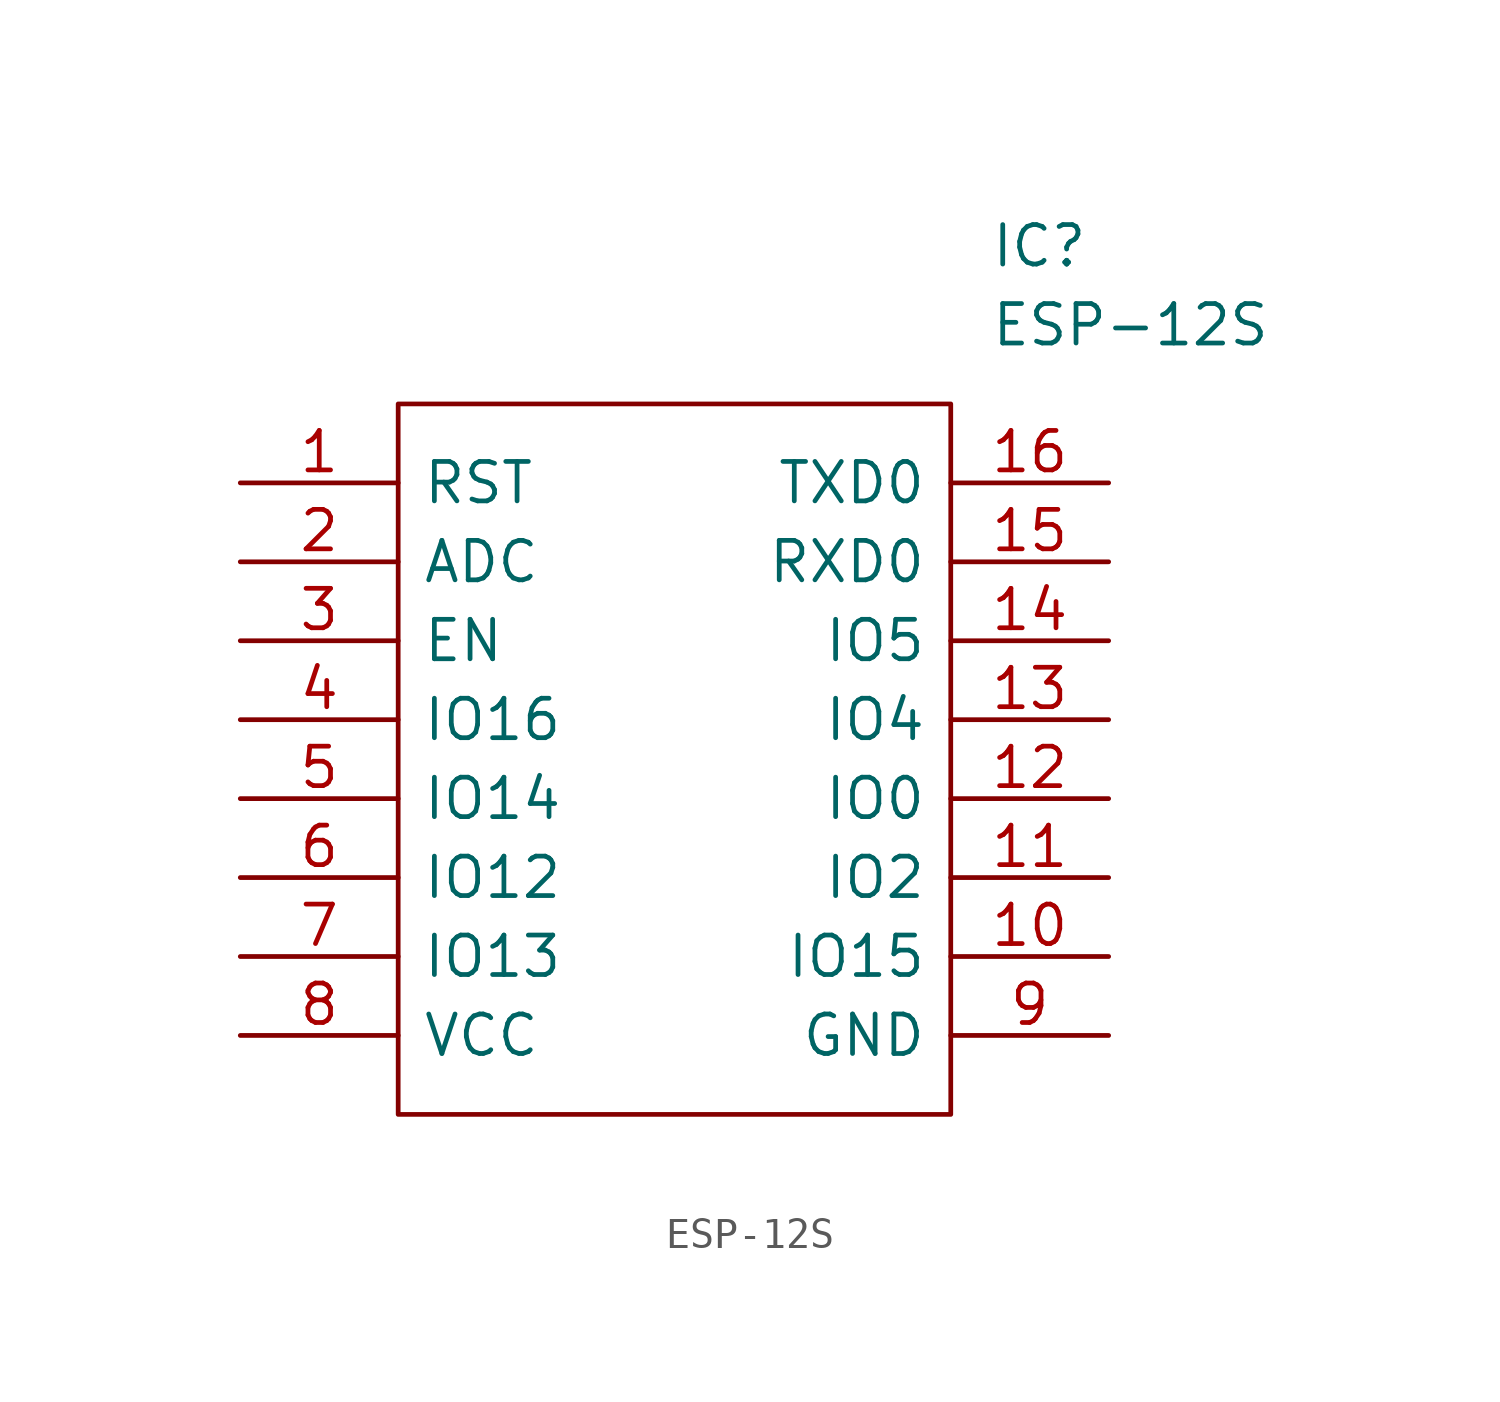
<source format=kicad_sym>
(kicad_symbol_lib
  (version 20241209)
  (generator "kicad_symbol_editor")
  (generator_version "9.0")
  (symbol "ESP-12S"
    (pin_names
      (offset 0.762))
    (property "Reference" "IC"
      (at 24.13 7.62 0)
      (effects (font (size 1.27 1.27)) (justify left)))
    (property "Value" "ESP-12S"
      (at 24.13 5.08 0)
      (effects (font (size 1.27 1.27)) (justify left)))
    (symbol "ESP-12S_0_0"
      (pin passive line (at 0 0 0) (length 5.08) (name "RST" (effects (font (size 1.27 1.27)))) (number "1" (effects (font (size 1.27 1.27)))))
      (pin passive line (at 0 -2.54 0) (length 5.08) (name "ADC" (effects (font (size 1.27 1.27)))) (number "2" (effects (font (size 1.27 1.27)))))
      (pin passive line (at 0 -5.08 0) (length 5.08) (name "EN" (effects (font (size 1.27 1.27)))) (number "3" (effects (font (size 1.27 1.27)))))
      (pin passive line (at 0 -7.62 0) (length 5.08) (name "IO16" (effects (font (size 1.27 1.27)))) (number "4" (effects (font (size 1.27 1.27)))))
      (pin passive line (at 0 -10.16 0) (length 5.08) (name "IO14" (effects (font (size 1.27 1.27)))) (number "5" (effects (font (size 1.27 1.27)))))
      (pin passive line (at 0 -12.7 0) (length 5.08) (name "IO12" (effects (font (size 1.27 1.27)))) (number "6" (effects (font (size 1.27 1.27)))))
      (pin passive line (at 0 -15.24 0) (length 5.08) (name "IO13" (effects (font (size 1.27 1.27)))) (number "7" (effects (font (size 1.27 1.27)))))
      (pin passive line (at 0 -17.78 0) (length 5.08) (name "VCC" (effects (font (size 1.27 1.27)))) (number "8" (effects (font (size 1.27 1.27)))))
      (pin passive line (at 27.94 0 180) (length 5.08) (name "TXD0" (effects (font (size 1.27 1.27)))) (number "16" (effects (font (size 1.27 1.27)))))
      (pin passive line (at 27.94 -2.54 180) (length 5.08) (name "RXD0" (effects (font (size 1.27 1.27)))) (number "15" (effects (font (size 1.27 1.27)))))
      (pin passive line (at 27.94 -5.08 180) (length 5.08) (name "IO5" (effects (font (size 1.27 1.27)))) (number "14" (effects (font (size 1.27 1.27)))))
      (pin passive line (at 27.94 -7.62 180) (length 5.08) (name "IO4" (effects (font (size 1.27 1.27)))) (number "13" (effects (font (size 1.27 1.27)))))
      (pin passive line (at 27.94 -10.16 180) (length 5.08) (name "IO0" (effects (font (size 1.27 1.27)))) (number "12" (effects (font (size 1.27 1.27)))))
      (pin passive line (at 27.94 -12.7 180) (length 5.08) (name "IO2" (effects (font (size 1.27 1.27)))) (number "11" (effects (font (size 1.27 1.27)))))
      (pin passive line (at 27.94 -15.24 180) (length 5.08) (name "IO15" (effects (font (size 1.27 1.27)))) (number "10" (effects (font (size 1.27 1.27)))))
      (pin passive line (at 27.94 -17.78 180) (length 5.08) (name "GND" (effects (font (size 1.27 1.27)))) (number "9" (effects (font (size 1.27 1.27))))))
    (symbol "ESP-12S_0_1"
      (polyline (pts (xy 5.08 2.54) (xy 22.86 2.54) (xy 22.86 -20.32) (xy 5.08 -20.32) (xy 5.08 2.54)) (stroke (width 0.152) (type solid)) (fill (type none))))))
</source>
